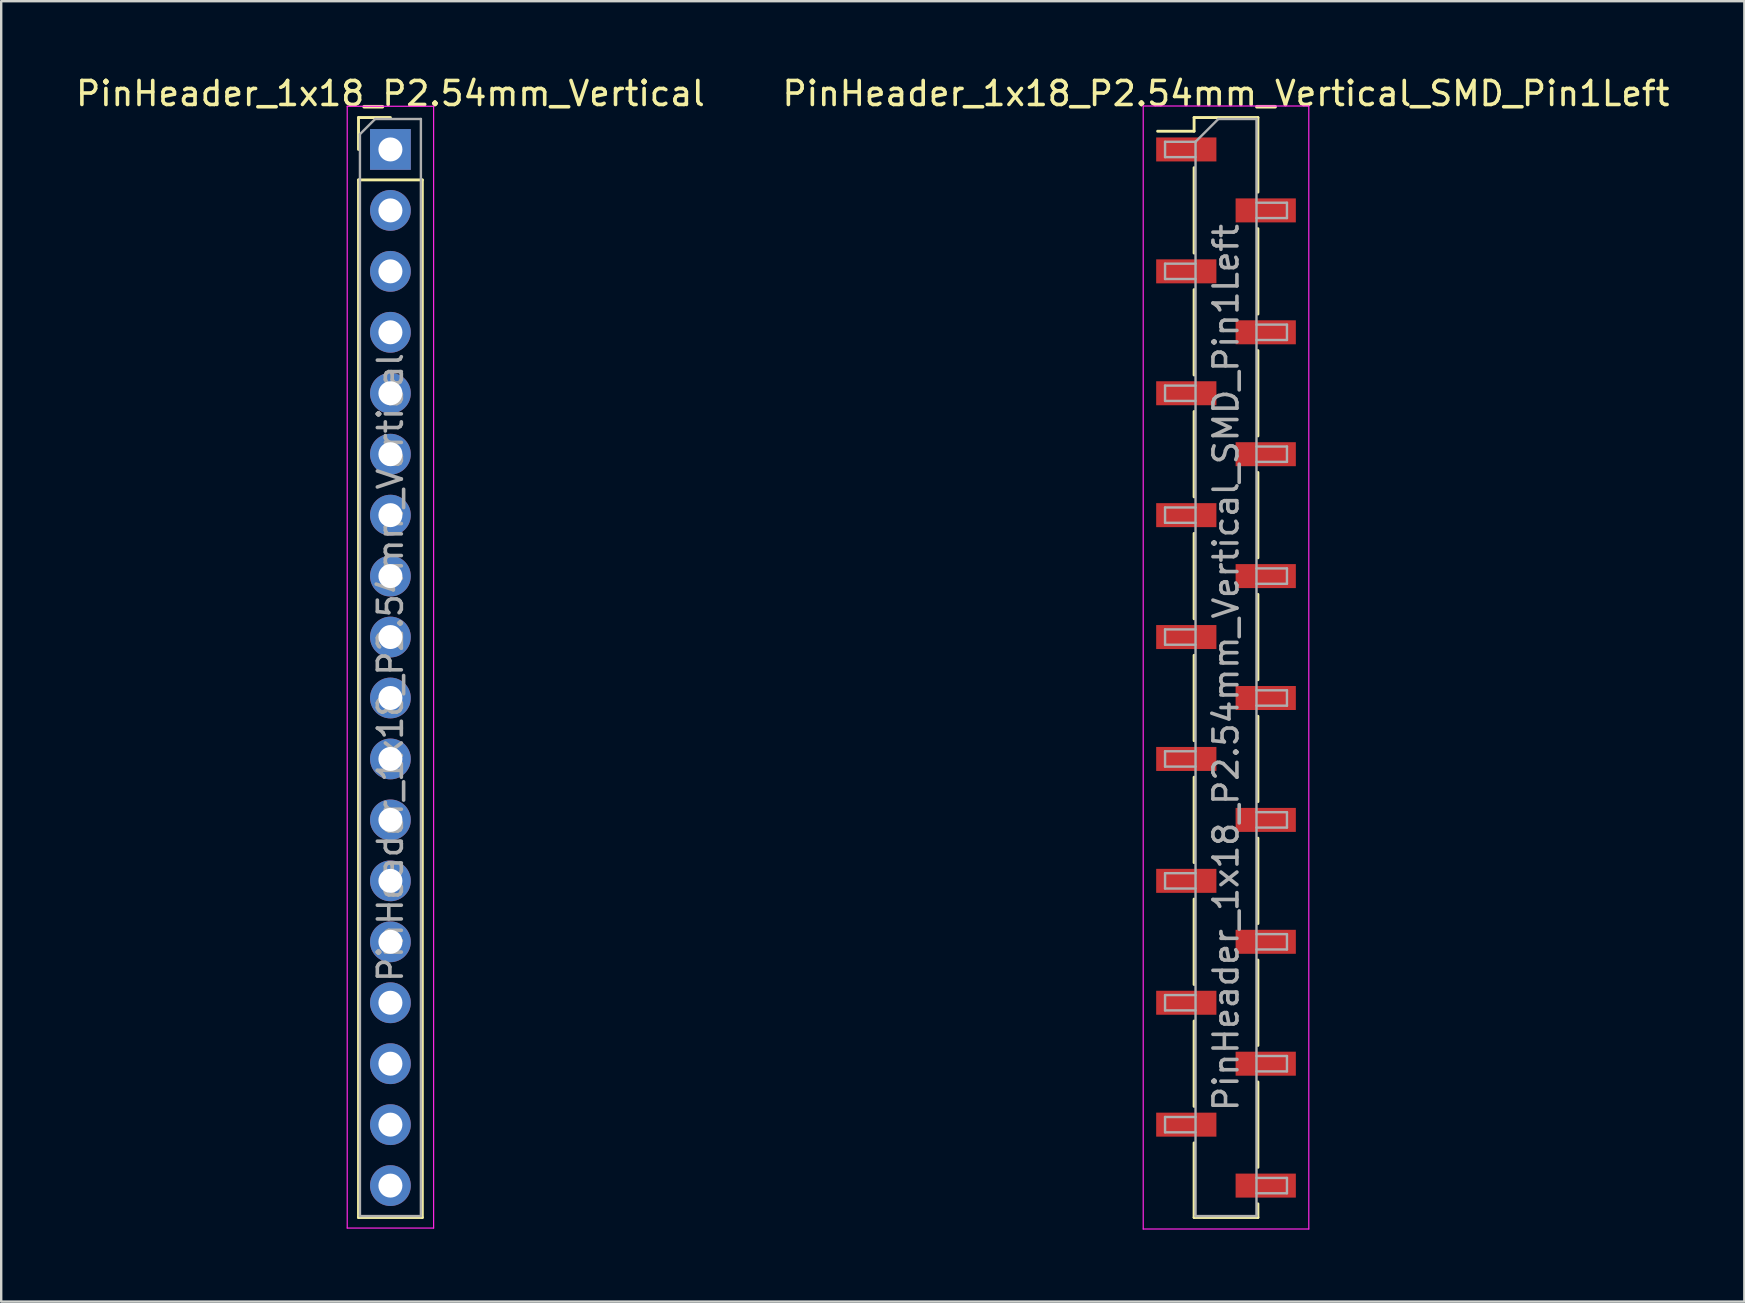
<source format=kicad_pcb>
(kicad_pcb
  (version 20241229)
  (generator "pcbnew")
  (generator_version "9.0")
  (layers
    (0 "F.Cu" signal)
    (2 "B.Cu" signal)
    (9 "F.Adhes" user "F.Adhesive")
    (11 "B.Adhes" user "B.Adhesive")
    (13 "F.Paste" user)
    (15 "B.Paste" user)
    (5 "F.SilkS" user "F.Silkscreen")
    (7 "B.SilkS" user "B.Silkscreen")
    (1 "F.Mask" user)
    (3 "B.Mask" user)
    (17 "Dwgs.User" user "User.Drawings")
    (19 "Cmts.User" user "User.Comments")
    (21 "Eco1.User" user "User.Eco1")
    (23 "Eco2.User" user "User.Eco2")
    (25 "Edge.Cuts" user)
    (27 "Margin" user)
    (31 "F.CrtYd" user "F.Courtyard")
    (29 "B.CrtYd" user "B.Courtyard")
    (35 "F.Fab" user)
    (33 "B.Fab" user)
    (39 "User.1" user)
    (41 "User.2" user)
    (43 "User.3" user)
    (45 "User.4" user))
  (footprint "PinHeader_1x18_P2.54mm_Vertical"
    (layer "F.Cu")
    (at 13.22 3.178)
    (property "Reference" "PinHeader_1x18_P2.54mm_Vertical" (at 0 -2.33 0) (layer "F.SilkS") (effects (font (size 1 1) (thickness 0.15))))
    (attr through_hole)
    (fp_line (start -1.33 -1.33) (end 0 -1.33) (stroke (width 0.12) (type solid)) (layer "F.SilkS"))
    (fp_line (start -1.33 0) (end -1.33 -1.33) (stroke (width 0.12) (type solid)) (layer "F.SilkS"))
    (fp_line (start -1.33 1.27) (end -1.33 44.51) (stroke (width 0.12) (type solid)) (layer "F.SilkS"))
    (fp_line (start -1.33 1.27) (end 1.33 1.27) (stroke (width 0.12) (type solid)) (layer "F.SilkS"))
    (fp_line (start -1.33 44.51) (end 1.33 44.51) (stroke (width 0.12) (type solid)) (layer "F.SilkS"))
    (fp_line (start 1.33 1.27) (end 1.33 44.51) (stroke (width 0.12) (type solid)) (layer "F.SilkS"))
    (fp_line (start -1.8 -1.8) (end -1.8 44.95) (stroke (width 0.05) (type solid)) (layer "F.CrtYd"))
    (fp_line (start -1.8 44.95) (end 1.8 44.95) (stroke (width 0.05) (type solid)) (layer "F.CrtYd"))
    (fp_line (start 1.8 -1.8) (end -1.8 -1.8) (stroke (width 0.05) (type solid)) (layer "F.CrtYd"))
    (fp_line (start 1.8 44.95) (end 1.8 -1.8) (stroke (width 0.05) (type solid)) (layer "F.CrtYd"))
    (fp_line (start -1.27 -0.635) (end -0.635 -1.27) (stroke (width 0.1) (type solid)) (layer "F.Fab"))
    (fp_line (start -1.27 44.45) (end -1.27 -0.635) (stroke (width 0.1) (type solid)) (layer "F.Fab"))
    (fp_line (start -0.635 -1.27) (end 1.27 -1.27) (stroke (width 0.1) (type solid)) (layer "F.Fab"))
    (fp_line (start 1.27 -1.27) (end 1.27 44.45) (stroke (width 0.1) (type solid)) (layer "F.Fab"))
    (fp_line (start 1.27 44.45) (end -1.27 44.45) (stroke (width 0.1) (type solid)) (layer "F.Fab"))
    (fp_text user "${REFERENCE}" (at 0 21.59 90) (layer "F.Fab") (effects (font (size 1 1) (thickness 0.15))))
    (pad "1" thru_hole rect (at 0 0) (size 1.7 1.7) (drill 1) (layers "*.Cu" "*.Mask"))
    (pad "2" thru_hole oval (at 0 2.54) (size 1.7 1.7) (drill 1) (layers "*.Cu" "*.Mask"))
    (pad "3" thru_hole oval (at 0 5.08) (size 1.7 1.7) (drill 1) (layers "*.Cu" "*.Mask"))
    (pad "4" thru_hole oval (at 0 7.62) (size 1.7 1.7) (drill 1) (layers "*.Cu" "*.Mask"))
    (pad "5" thru_hole oval (at 0 10.16) (size 1.7 1.7) (drill 1) (layers "*.Cu" "*.Mask"))
    (pad "6" thru_hole oval (at 0 12.7) (size 1.7 1.7) (drill 1) (layers "*.Cu" "*.Mask"))
    (pad "7" thru_hole oval (at 0 15.24) (size 1.7 1.7) (drill 1) (layers "*.Cu" "*.Mask"))
    (pad "8" thru_hole oval (at 0 17.78) (size 1.7 1.7) (drill 1) (layers "*.Cu" "*.Mask"))
    (pad "9" thru_hole oval (at 0 20.32) (size 1.7 1.7) (drill 1) (layers "*.Cu" "*.Mask"))
    (pad "10" thru_hole oval (at 0 22.86) (size 1.7 1.7) (drill 1) (layers "*.Cu" "*.Mask"))
    (pad "11" thru_hole oval (at 0 25.4) (size 1.7 1.7) (drill 1) (layers "*.Cu" "*.Mask"))
    (pad "12" thru_hole oval (at 0 27.94) (size 1.7 1.7) (drill 1) (layers "*.Cu" "*.Mask"))
    (pad "13" thru_hole oval (at 0 30.48) (size 1.7 1.7) (drill 1) (layers "*.Cu" "*.Mask"))
    (pad "14" thru_hole oval (at 0 33.02) (size 1.7 1.7) (drill 1) (layers "*.Cu" "*.Mask"))
    (pad "15" thru_hole oval (at 0 35.56) (size 1.7 1.7) (drill 1) (layers "*.Cu" "*.Mask"))
    (pad "16" thru_hole oval (at 0 38.1) (size 1.7 1.7) (drill 1) (layers "*.Cu" "*.Mask"))
    (pad "17" thru_hole oval (at 0 40.64) (size 1.7 1.7) (drill 1) (layers "*.Cu" "*.Mask"))
    (pad "18" thru_hole oval (at 0 43.18) (size 1.7 1.7) (drill 1) (layers "*.Cu" "*.Mask")))
  (footprint "PinHeader_1x18_P2.54mm_Vertical_SMD_Pin1Left"
    (layer "F.Cu")
    (at 48.042 24.768)
    (property "Reference" "PinHeader_1x18_P2.54mm_Vertical_SMD_Pin1Left" (at 0 -23.92 0) (layer "F.SilkS") (effects (font (size 1 1) (thickness 0.15))))
    (attr smd)
    (fp_line (start -1.33 -22.92) (end -1.33 -22.35) (stroke (width 0.12) (type solid)) (layer "F.SilkS"))
    (fp_line (start -1.33 -22.92) (end 1.33 -22.92) (stroke (width 0.12) (type solid)) (layer "F.SilkS"))
    (fp_line (start -1.33 -22.35) (end -2.85 -22.35) (stroke (width 0.12) (type solid)) (layer "F.SilkS"))
    (fp_line (start -1.33 -20.83) (end -1.33 -17.27) (stroke (width 0.12) (type solid)) (layer "F.SilkS"))
    (fp_line (start -1.33 -15.75) (end -1.33 -12.19) (stroke (width 0.12) (type solid)) (layer "F.SilkS"))
    (fp_line (start -1.33 -10.67) (end -1.33 -7.11) (stroke (width 0.12) (type solid)) (layer "F.SilkS"))
    (fp_line (start -1.33 -5.59) (end -1.33 -2.03) (stroke (width 0.12) (type solid)) (layer "F.SilkS"))
    (fp_line (start -1.33 -0.51) (end -1.33 3.05) (stroke (width 0.12) (type solid)) (layer "F.SilkS"))
    (fp_line (start -1.33 4.57) (end -1.33 8.13) (stroke (width 0.12) (type solid)) (layer "F.SilkS"))
    (fp_line (start -1.33 9.65) (end -1.33 13.21) (stroke (width 0.12) (type solid)) (layer "F.SilkS"))
    (fp_line (start -1.33 14.73) (end -1.33 18.29) (stroke (width 0.12) (type solid)) (layer "F.SilkS"))
    (fp_line (start -1.33 19.81) (end -1.33 22.92) (stroke (width 0.12) (type solid)) (layer "F.SilkS"))
    (fp_line (start -1.33 22.92) (end 1.33 22.92) (stroke (width 0.12) (type solid)) (layer "F.SilkS"))
    (fp_line (start 1.33 -22.92) (end 1.33 -19.81) (stroke (width 0.12) (type solid)) (layer "F.SilkS"))
    (fp_line (start 1.33 -18.29) (end 1.33 -14.73) (stroke (width 0.12) (type solid)) (layer "F.SilkS"))
    (fp_line (start 1.33 -13.21) (end 1.33 -9.65) (stroke (width 0.12) (type solid)) (layer "F.SilkS"))
    (fp_line (start 1.33 -8.13) (end 1.33 -4.57) (stroke (width 0.12) (type solid)) (layer "F.SilkS"))
    (fp_line (start 1.33 -3.05) (end 1.33 0.51) (stroke (width 0.12) (type solid)) (layer "F.SilkS"))
    (fp_line (start 1.33 2.03) (end 1.33 5.59) (stroke (width 0.12) (type solid)) (layer "F.SilkS"))
    (fp_line (start 1.33 7.11) (end 1.33 10.67) (stroke (width 0.12) (type solid)) (layer "F.SilkS"))
    (fp_line (start 1.33 12.19) (end 1.33 15.75) (stroke (width 0.12) (type solid)) (layer "F.SilkS"))
    (fp_line (start 1.33 17.27) (end 1.33 20.83) (stroke (width 0.12) (type solid)) (layer "F.SilkS"))
    (fp_line (start 1.33 22.35) (end 1.33 22.92) (stroke (width 0.12) (type solid)) (layer "F.SilkS"))
    (fp_line (start -3.45 -23.4) (end -3.45 23.4) (stroke (width 0.05) (type solid)) (layer "F.CrtYd"))
    (fp_line (start -3.45 23.4) (end 3.45 23.4) (stroke (width 0.05) (type solid)) (layer "F.CrtYd"))
    (fp_line (start 3.45 -23.4) (end -3.45 -23.4) (stroke (width 0.05) (type solid)) (layer "F.CrtYd"))
    (fp_line (start 3.45 23.4) (end 3.45 -23.4) (stroke (width 0.05) (type solid)) (layer "F.CrtYd"))
    (fp_line (start -2.54 -21.91) (end -2.54 -21.27) (stroke (width 0.1) (type solid)) (layer "F.Fab"))
    (fp_line (start -2.54 -21.27) (end -1.27 -21.27) (stroke (width 0.1) (type solid)) (layer "F.Fab"))
    (fp_line (start -2.54 -16.83) (end -2.54 -16.19) (stroke (width 0.1) (type solid)) (layer "F.Fab"))
    (fp_line (start -2.54 -16.19) (end -1.27 -16.19) (stroke (width 0.1) (type solid)) (layer "F.Fab"))
    (fp_line (start -2.54 -11.75) (end -2.54 -11.11) (stroke (width 0.1) (type solid)) (layer "F.Fab"))
    (fp_line (start -2.54 -11.11) (end -1.27 -11.11) (stroke (width 0.1) (type solid)) (layer "F.Fab"))
    (fp_line (start -2.54 -6.67) (end -2.54 -6.03) (stroke (width 0.1) (type solid)) (layer "F.Fab"))
    (fp_line (start -2.54 -6.03) (end -1.27 -6.03) (stroke (width 0.1) (type solid)) (layer "F.Fab"))
    (fp_line (start -2.54 -1.59) (end -2.54 -0.95) (stroke (width 0.1) (type solid)) (layer "F.Fab"))
    (fp_line (start -2.54 -0.95) (end -1.27 -0.95) (stroke (width 0.1) (type solid)) (layer "F.Fab"))
    (fp_line (start -2.54 3.49) (end -2.54 4.13) (stroke (width 0.1) (type solid)) (layer "F.Fab"))
    (fp_line (start -2.54 4.13) (end -1.27 4.13) (stroke (width 0.1) (type solid)) (layer "F.Fab"))
    (fp_line (start -2.54 8.57) (end -2.54 9.21) (stroke (width 0.1) (type solid)) (layer "F.Fab"))
    (fp_line (start -2.54 9.21) (end -1.27 9.21) (stroke (width 0.1) (type solid)) (layer "F.Fab"))
    (fp_line (start -2.54 13.65) (end -2.54 14.29) (stroke (width 0.1) (type solid)) (layer "F.Fab"))
    (fp_line (start -2.54 14.29) (end -1.27 14.29) (stroke (width 0.1) (type solid)) (layer "F.Fab"))
    (fp_line (start -2.54 18.73) (end -2.54 19.37) (stroke (width 0.1) (type solid)) (layer "F.Fab"))
    (fp_line (start -2.54 19.37) (end -1.27 19.37) (stroke (width 0.1) (type solid)) (layer "F.Fab"))
    (fp_line (start -1.27 -21.91) (end -2.54 -21.91) (stroke (width 0.1) (type solid)) (layer "F.Fab"))
    (fp_line (start -1.27 -21.91) (end -0.32 -22.86) (stroke (width 0.1) (type solid)) (layer "F.Fab"))
    (fp_line (start -1.27 -16.83) (end -2.54 -16.83) (stroke (width 0.1) (type solid)) (layer "F.Fab"))
    (fp_line (start -1.27 -11.75) (end -2.54 -11.75) (stroke (width 0.1) (type solid)) (layer "F.Fab"))
    (fp_line (start -1.27 -6.67) (end -2.54 -6.67) (stroke (width 0.1) (type solid)) (layer "F.Fab"))
    (fp_line (start -1.27 -1.59) (end -2.54 -1.59) (stroke (width 0.1) (type solid)) (layer "F.Fab"))
    (fp_line (start -1.27 3.49) (end -2.54 3.49) (stroke (width 0.1) (type solid)) (layer "F.Fab"))
    (fp_line (start -1.27 8.57) (end -2.54 8.57) (stroke (width 0.1) (type solid)) (layer "F.Fab"))
    (fp_line (start -1.27 13.65) (end -2.54 13.65) (stroke (width 0.1) (type solid)) (layer "F.Fab"))
    (fp_line (start -1.27 18.73) (end -2.54 18.73) (stroke (width 0.1) (type solid)) (layer "F.Fab"))
    (fp_line (start -1.27 22.86) (end -1.27 -21.91) (stroke (width 0.1) (type solid)) (layer "F.Fab"))
    (fp_line (start -0.32 -22.86) (end 1.27 -22.86) (stroke (width 0.1) (type solid)) (layer "F.Fab"))
    (fp_line (start 1.27 -22.86) (end 1.27 22.86) (stroke (width 0.1) (type solid)) (layer "F.Fab"))
    (fp_line (start 1.27 -19.37) (end 2.54 -19.37) (stroke (width 0.1) (type solid)) (layer "F.Fab"))
    (fp_line (start 1.27 -14.29) (end 2.54 -14.29) (stroke (width 0.1) (type solid)) (layer "F.Fab"))
    (fp_line (start 1.27 -9.21) (end 2.54 -9.21) (stroke (width 0.1) (type solid)) (layer "F.Fab"))
    (fp_line (start 1.27 -4.13) (end 2.54 -4.13) (stroke (width 0.1) (type solid)) (layer "F.Fab"))
    (fp_line (start 1.27 0.95) (end 2.54 0.95) (stroke (width 0.1) (type solid)) (layer "F.Fab"))
    (fp_line (start 1.27 6.03) (end 2.54 6.03) (stroke (width 0.1) (type solid)) (layer "F.Fab"))
    (fp_line (start 1.27 11.11) (end 2.54 11.11) (stroke (width 0.1) (type solid)) (layer "F.Fab"))
    (fp_line (start 1.27 16.19) (end 2.54 16.19) (stroke (width 0.1) (type solid)) (layer "F.Fab"))
    (fp_line (start 1.27 21.27) (end 2.54 21.27) (stroke (width 0.1) (type solid)) (layer "F.Fab"))
    (fp_line (start 1.27 22.86) (end -1.27 22.86) (stroke (width 0.1) (type solid)) (layer "F.Fab"))
    (fp_line (start 2.54 -19.37) (end 2.54 -18.73) (stroke (width 0.1) (type solid)) (layer "F.Fab"))
    (fp_line (start 2.54 -18.73) (end 1.27 -18.73) (stroke (width 0.1) (type solid)) (layer "F.Fab"))
    (fp_line (start 2.54 -14.29) (end 2.54 -13.65) (stroke (width 0.1) (type solid)) (layer "F.Fab"))
    (fp_line (start 2.54 -13.65) (end 1.27 -13.65) (stroke (width 0.1) (type solid)) (layer "F.Fab"))
    (fp_line (start 2.54 -9.21) (end 2.54 -8.57) (stroke (width 0.1) (type solid)) (layer "F.Fab"))
    (fp_line (start 2.54 -8.57) (end 1.27 -8.57) (stroke (width 0.1) (type solid)) (layer "F.Fab"))
    (fp_line (start 2.54 -4.13) (end 2.54 -3.49) (stroke (width 0.1) (type solid)) (layer "F.Fab"))
    (fp_line (start 2.54 -3.49) (end 1.27 -3.49) (stroke (width 0.1) (type solid)) (layer "F.Fab"))
    (fp_line (start 2.54 0.95) (end 2.54 1.59) (stroke (width 0.1) (type solid)) (layer "F.Fab"))
    (fp_line (start 2.54 1.59) (end 1.27 1.59) (stroke (width 0.1) (type solid)) (layer "F.Fab"))
    (fp_line (start 2.54 6.03) (end 2.54 6.67) (stroke (width 0.1) (type solid)) (layer "F.Fab"))
    (fp_line (start 2.54 6.67) (end 1.27 6.67) (stroke (width 0.1) (type solid)) (layer "F.Fab"))
    (fp_line (start 2.54 11.11) (end 2.54 11.75) (stroke (width 0.1) (type solid)) (layer "F.Fab"))
    (fp_line (start 2.54 11.75) (end 1.27 11.75) (stroke (width 0.1) (type solid)) (layer "F.Fab"))
    (fp_line (start 2.54 16.19) (end 2.54 16.83) (stroke (width 0.1) (type solid)) (layer "F.Fab"))
    (fp_line (start 2.54 16.83) (end 1.27 16.83) (stroke (width 0.1) (type solid)) (layer "F.Fab"))
    (fp_line (start 2.54 21.27) (end 2.54 21.91) (stroke (width 0.1) (type solid)) (layer "F.Fab"))
    (fp_line (start 2.54 21.91) (end 1.27 21.91) (stroke (width 0.1) (type solid)) (layer "F.Fab"))
    (fp_text user "${REFERENCE}" (at 0 0 90) (layer "F.Fab") (effects (font (size 1 1) (thickness 0.15))))
    (pad "1" smd rect (at -1.655 -21.59) (size 2.51 1) (layers "F.Cu" "F.Mask" "F.Paste"))
    (pad "2" smd rect (at 1.655 -19.05) (size 2.51 1) (layers "F.Cu" "F.Mask" "F.Paste"))
    (pad "3" smd rect (at -1.655 -16.51) (size 2.51 1) (layers "F.Cu" "F.Mask" "F.Paste"))
    (pad "4" smd rect (at 1.655 -13.97) (size 2.51 1) (layers "F.Cu" "F.Mask" "F.Paste"))
    (pad "5" smd rect (at -1.655 -11.43) (size 2.51 1) (layers "F.Cu" "F.Mask" "F.Paste"))
    (pad "6" smd rect (at 1.655 -8.89) (size 2.51 1) (layers "F.Cu" "F.Mask" "F.Paste"))
    (pad "7" smd rect (at -1.655 -6.35) (size 2.51 1) (layers "F.Cu" "F.Mask" "F.Paste"))
    (pad "8" smd rect (at 1.655 -3.81) (size 2.51 1) (layers "F.Cu" "F.Mask" "F.Paste"))
    (pad "9" smd rect (at -1.655 -1.27) (size 2.51 1) (layers "F.Cu" "F.Mask" "F.Paste"))
    (pad "10" smd rect (at 1.655 1.27) (size 2.51 1) (layers "F.Cu" "F.Mask" "F.Paste"))
    (pad "11" smd rect (at -1.655 3.81) (size 2.51 1) (layers "F.Cu" "F.Mask" "F.Paste"))
    (pad "12" smd rect (at 1.655 6.35) (size 2.51 1) (layers "F.Cu" "F.Mask" "F.Paste"))
    (pad "13" smd rect (at -1.655 8.89) (size 2.51 1) (layers "F.Cu" "F.Mask" "F.Paste"))
    (pad "14" smd rect (at 1.655 11.43) (size 2.51 1) (layers "F.Cu" "F.Mask" "F.Paste"))
    (pad "15" smd rect (at -1.655 13.97) (size 2.51 1) (layers "F.Cu" "F.Mask" "F.Paste"))
    (pad "16" smd rect (at 1.655 16.51) (size 2.51 1) (layers "F.Cu" "F.Mask" "F.Paste"))
    (pad "17" smd rect (at -1.655 19.05) (size 2.51 1) (layers "F.Cu" "F.Mask" "F.Paste"))
    (pad "18" smd rect (at 1.655 21.59) (size 2.51 1) (layers "F.Cu" "F.Mask" "F.Paste")))
  (gr_rect
    (start -3 -3)
    (end 69.643 51.193)
    (stroke (width 0.1) (type default))
    (fill no)
    (layer "Edge.Cuts")))
</source>
